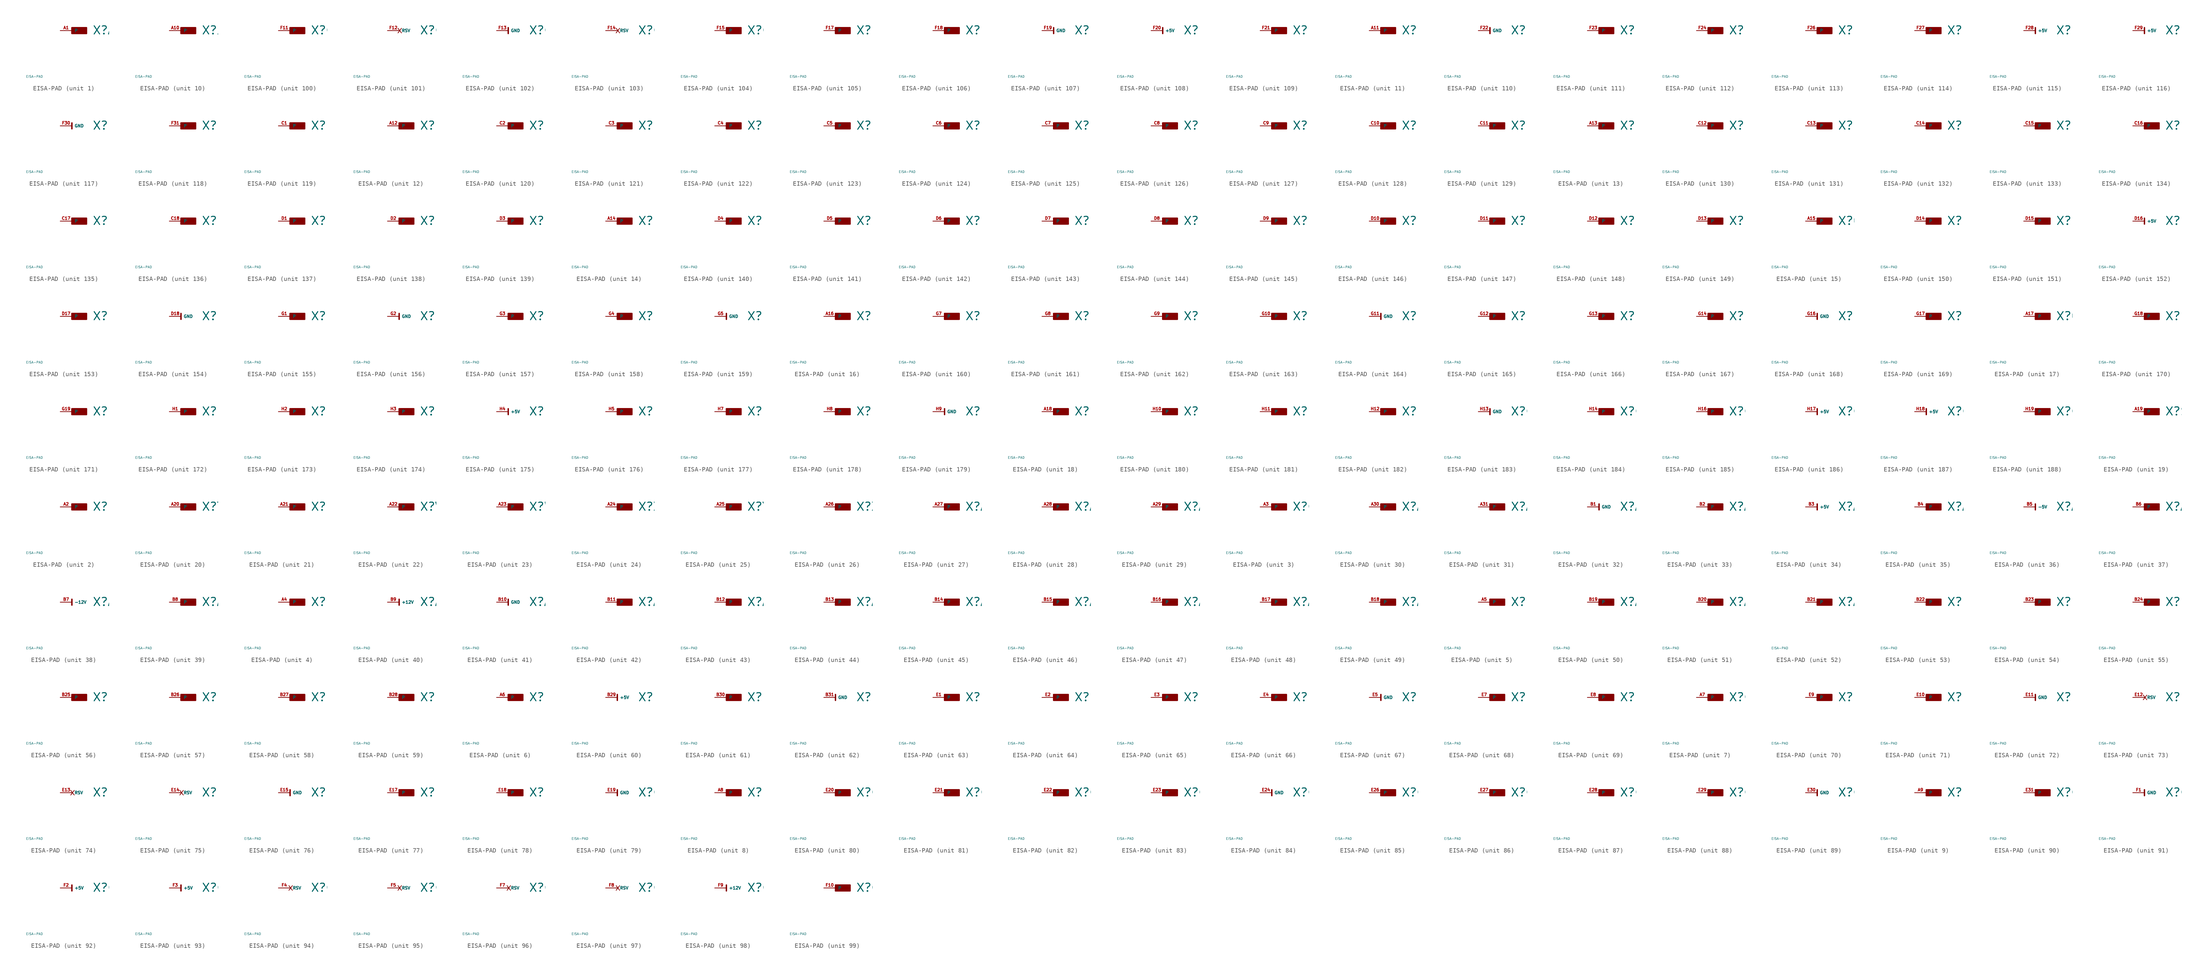
<source format=kicad_sym>
(kicad_symbol_lib
  (version 20220914)
  (generator Eagle2Kicad)
  (symbol "EISA-PAD"
    (property "Reference" "X"
      (at 4.445 -0.965 0)
      (effects (font (size 1.778 1.778) (thickness 0.22)) (justify left bottom)))
    (property "Value" "EISA-PAD"
      (at -10 -10 0)
      (effects (font (size 0.5 0.5) (thickness 0.06)) (justify left)))
    (symbol "EISA-PAD_1_0"
      (rectangle (start 0 -0.635) (end 3.175 0.635) (stroke (width 0.3) (type default)) (fill (type outline)))
      (pin passive line (at -2.54 0 0) (length 2.54) (name "P" (effects (font (size 0.635 0.635) (thickness 0.08)) (justify left bottom))) (number "A1" (effects (font (size 0.635 0.635) (thickness 0.08)) (justify left bottom)))))
    (symbol "EISA-PAD_2_0"
      (rectangle (start 0 -0.635) (end 3.175 0.635) (stroke (width 0.3) (type default)) (fill (type outline)))
      (pin passive line (at -2.54 0 0) (length 2.54) (name "P" (effects (font (size 0.635 0.635) (thickness 0.08)) (justify left bottom))) (number "A2" (effects (font (size 0.635 0.635) (thickness 0.08)) (justify left bottom)))))
    (symbol "EISA-PAD_3_0"
      (rectangle (start 0 -0.635) (end 3.175 0.635) (stroke (width 0.3) (type default)) (fill (type outline)))
      (pin passive line (at -2.54 0 0) (length 2.54) (name "P" (effects (font (size 0.635 0.635) (thickness 0.08)) (justify left bottom))) (number "A3" (effects (font (size 0.635 0.635) (thickness 0.08)) (justify left bottom)))))
    (symbol "EISA-PAD_4_0"
      (rectangle (start 0 -0.635) (end 3.175 0.635) (stroke (width 0.3) (type default)) (fill (type outline)))
      (pin passive line (at -2.54 0 0) (length 2.54) (name "P" (effects (font (size 0.635 0.635) (thickness 0.08)) (justify left bottom))) (number "A4" (effects (font (size 0.635 0.635) (thickness 0.08)) (justify left bottom)))))
    (symbol "EISA-PAD_5_0"
      (rectangle (start 0 -0.635) (end 3.175 0.635) (stroke (width 0.3) (type default)) (fill (type outline)))
      (pin passive line (at -2.54 0 0) (length 2.54) (name "P" (effects (font (size 0.635 0.635) (thickness 0.08)) (justify left bottom))) (number "A5" (effects (font (size 0.635 0.635) (thickness 0.08)) (justify left bottom)))))
    (symbol "EISA-PAD_6_0"
      (rectangle (start 0 -0.635) (end 3.175 0.635) (stroke (width 0.3) (type default)) (fill (type outline)))
      (pin passive line (at -2.54 0 0) (length 2.54) (name "P" (effects (font (size 0.635 0.635) (thickness 0.08)) (justify left bottom))) (number "A6" (effects (font (size 0.635 0.635) (thickness 0.08)) (justify left bottom)))))
    (symbol "EISA-PAD_7_0"
      (rectangle (start 0 -0.635) (end 3.175 0.635) (stroke (width 0.3) (type default)) (fill (type outline)))
      (pin passive line (at -2.54 0 0) (length 2.54) (name "P" (effects (font (size 0.635 0.635) (thickness 0.08)) (justify left bottom))) (number "A7" (effects (font (size 0.635 0.635) (thickness 0.08)) (justify left bottom)))))
    (symbol "EISA-PAD_8_0"
      (rectangle (start 0 -0.635) (end 3.175 0.635) (stroke (width 0.3) (type default)) (fill (type outline)))
      (pin passive line (at -2.54 0 0) (length 2.54) (name "P" (effects (font (size 0.635 0.635) (thickness 0.08)) (justify left bottom))) (number "A8" (effects (font (size 0.635 0.635) (thickness 0.08)) (justify left bottom)))))
    (symbol "EISA-PAD_9_0"
      (rectangle (start 0 -0.635) (end 3.175 0.635) (stroke (width 0.3) (type default)) (fill (type outline)))
      (pin passive line (at -2.54 0 0) (length 2.54) (name "P" (effects (font (size 0.635 0.635) (thickness 0.08)) (justify left bottom))) (number "A9" (effects (font (size 0.635 0.635) (thickness 0.08)) (justify left bottom)))))
    (symbol "EISA-PAD_10_0"
      (rectangle (start 0 -0.635) (end 3.175 0.635) (stroke (width 0.3) (type default)) (fill (type outline)))
      (pin passive line (at -2.54 0 0) (length 2.54) (name "P" (effects (font (size 0.635 0.635) (thickness 0.08)) (justify left bottom))) (number "A10" (effects (font (size 0.635 0.635) (thickness 0.08)) (justify left bottom)))))
    (symbol "EISA-PAD_11_0"
      (rectangle (start 0 -0.635) (end 3.175 0.635) (stroke (width 0.3) (type default)) (fill (type outline)))
      (pin passive line (at -2.54 0 0) (length 2.54) (name "P" (effects (font (size 0.635 0.635) (thickness 0.08)) (justify left bottom))) (number "A11" (effects (font (size 0.635 0.635) (thickness 0.08)) (justify left bottom)))))
    (symbol "EISA-PAD_12_0"
      (rectangle (start 0 -0.635) (end 3.175 0.635) (stroke (width 0.3) (type default)) (fill (type outline)))
      (pin passive line (at -2.54 0 0) (length 2.54) (name "P" (effects (font (size 0.635 0.635) (thickness 0.08)) (justify left bottom))) (number "A12" (effects (font (size 0.635 0.635) (thickness 0.08)) (justify left bottom)))))
    (symbol "EISA-PAD_13_0"
      (rectangle (start 0 -0.635) (end 3.175 0.635) (stroke (width 0.3) (type default)) (fill (type outline)))
      (pin passive line (at -2.54 0 0) (length 2.54) (name "P" (effects (font (size 0.635 0.635) (thickness 0.08)) (justify left bottom))) (number "A13" (effects (font (size 0.635 0.635) (thickness 0.08)) (justify left bottom)))))
    (symbol "EISA-PAD_14_0"
      (rectangle (start 0 -0.635) (end 3.175 0.635) (stroke (width 0.3) (type default)) (fill (type outline)))
      (pin passive line (at -2.54 0 0) (length 2.54) (name "P" (effects (font (size 0.635 0.635) (thickness 0.08)) (justify left bottom))) (number "A14" (effects (font (size 0.635 0.635) (thickness 0.08)) (justify left bottom)))))
    (symbol "EISA-PAD_15_0"
      (rectangle (start 0 -0.635) (end 3.175 0.635) (stroke (width 0.3) (type default)) (fill (type outline)))
      (pin passive line (at -2.54 0 0) (length 2.54) (name "P" (effects (font (size 0.635 0.635) (thickness 0.08)) (justify left bottom))) (number "A15" (effects (font (size 0.635 0.635) (thickness 0.08)) (justify left bottom)))))
    (symbol "EISA-PAD_16_0"
      (rectangle (start 0 -0.635) (end 3.175 0.635) (stroke (width 0.3) (type default)) (fill (type outline)))
      (pin passive line (at -2.54 0 0) (length 2.54) (name "P" (effects (font (size 0.635 0.635) (thickness 0.08)) (justify left bottom))) (number "A16" (effects (font (size 0.635 0.635) (thickness 0.08)) (justify left bottom)))))
    (symbol "EISA-PAD_17_0"
      (rectangle (start 0 -0.635) (end 3.175 0.635) (stroke (width 0.3) (type default)) (fill (type outline)))
      (pin passive line (at -2.54 0 0) (length 2.54) (name "P" (effects (font (size 0.635 0.635) (thickness 0.08)) (justify left bottom))) (number "A17" (effects (font (size 0.635 0.635) (thickness 0.08)) (justify left bottom)))))
    (symbol "EISA-PAD_18_0"
      (rectangle (start 0 -0.635) (end 3.175 0.635) (stroke (width 0.3) (type default)) (fill (type outline)))
      (pin passive line (at -2.54 0 0) (length 2.54) (name "P" (effects (font (size 0.635 0.635) (thickness 0.08)) (justify left bottom))) (number "A18" (effects (font (size 0.635 0.635) (thickness 0.08)) (justify left bottom)))))
    (symbol "EISA-PAD_19_0"
      (rectangle (start 0 -0.635) (end 3.175 0.635) (stroke (width 0.3) (type default)) (fill (type outline)))
      (pin passive line (at -2.54 0 0) (length 2.54) (name "P" (effects (font (size 0.635 0.635) (thickness 0.08)) (justify left bottom))) (number "A19" (effects (font (size 0.635 0.635) (thickness 0.08)) (justify left bottom)))))
    (symbol "EISA-PAD_20_0"
      (rectangle (start 0 -0.635) (end 3.175 0.635) (stroke (width 0.3) (type default)) (fill (type outline)))
      (pin passive line (at -2.54 0 0) (length 2.54) (name "P" (effects (font (size 0.635 0.635) (thickness 0.08)) (justify left bottom))) (number "A20" (effects (font (size 0.635 0.635) (thickness 0.08)) (justify left bottom)))))
    (symbol "EISA-PAD_21_0"
      (rectangle (start 0 -0.635) (end 3.175 0.635) (stroke (width 0.3) (type default)) (fill (type outline)))
      (pin passive line (at -2.54 0 0) (length 2.54) (name "P" (effects (font (size 0.635 0.635) (thickness 0.08)) (justify left bottom))) (number "A21" (effects (font (size 0.635 0.635) (thickness 0.08)) (justify left bottom)))))
    (symbol "EISA-PAD_22_0"
      (rectangle (start 0 -0.635) (end 3.175 0.635) (stroke (width 0.3) (type default)) (fill (type outline)))
      (pin passive line (at -2.54 0 0) (length 2.54) (name "P" (effects (font (size 0.635 0.635) (thickness 0.08)) (justify left bottom))) (number "A22" (effects (font (size 0.635 0.635) (thickness 0.08)) (justify left bottom)))))
    (symbol "EISA-PAD_23_0"
      (rectangle (start 0 -0.635) (end 3.175 0.635) (stroke (width 0.3) (type default)) (fill (type outline)))
      (pin passive line (at -2.54 0 0) (length 2.54) (name "P" (effects (font (size 0.635 0.635) (thickness 0.08)) (justify left bottom))) (number "A23" (effects (font (size 0.635 0.635) (thickness 0.08)) (justify left bottom)))))
    (symbol "EISA-PAD_24_0"
      (rectangle (start 0 -0.635) (end 3.175 0.635) (stroke (width 0.3) (type default)) (fill (type outline)))
      (pin passive line (at -2.54 0 0) (length 2.54) (name "P" (effects (font (size 0.635 0.635) (thickness 0.08)) (justify left bottom))) (number "A24" (effects (font (size 0.635 0.635) (thickness 0.08)) (justify left bottom)))))
    (symbol "EISA-PAD_25_0"
      (rectangle (start 0 -0.635) (end 3.175 0.635) (stroke (width 0.3) (type default)) (fill (type outline)))
      (pin passive line (at -2.54 0 0) (length 2.54) (name "P" (effects (font (size 0.635 0.635) (thickness 0.08)) (justify left bottom))) (number "A25" (effects (font (size 0.635 0.635) (thickness 0.08)) (justify left bottom)))))
    (symbol "EISA-PAD_26_0"
      (rectangle (start 0 -0.635) (end 3.175 0.635) (stroke (width 0.3) (type default)) (fill (type outline)))
      (pin passive line (at -2.54 0 0) (length 2.54) (name "P" (effects (font (size 0.635 0.635) (thickness 0.08)) (justify left bottom))) (number "A26" (effects (font (size 0.635 0.635) (thickness 0.08)) (justify left bottom)))))
    (symbol "EISA-PAD_27_0"
      (rectangle (start 0 -0.635) (end 3.175 0.635) (stroke (width 0.3) (type default)) (fill (type outline)))
      (pin passive line (at -2.54 0 0) (length 2.54) (name "P" (effects (font (size 0.635 0.635) (thickness 0.08)) (justify left bottom))) (number "A27" (effects (font (size 0.635 0.635) (thickness 0.08)) (justify left bottom)))))
    (symbol "EISA-PAD_28_0"
      (rectangle (start 0 -0.635) (end 3.175 0.635) (stroke (width 0.3) (type default)) (fill (type outline)))
      (pin passive line (at -2.54 0 0) (length 2.54) (name "P" (effects (font (size 0.635 0.635) (thickness 0.08)) (justify left bottom))) (number "A28" (effects (font (size 0.635 0.635) (thickness 0.08)) (justify left bottom)))))
    (symbol "EISA-PAD_29_0"
      (rectangle (start 0 -0.635) (end 3.175 0.635) (stroke (width 0.3) (type default)) (fill (type outline)))
      (pin passive line (at -2.54 0 0) (length 2.54) (name "P" (effects (font (size 0.635 0.635) (thickness 0.08)) (justify left bottom))) (number "A29" (effects (font (size 0.635 0.635) (thickness 0.08)) (justify left bottom)))))
    (symbol "EISA-PAD_30_0"
      (rectangle (start 0 -0.635) (end 3.175 0.635) (stroke (width 0.3) (type default)) (fill (type outline)))
      (pin passive line (at -2.54 0 0) (length 2.54) (name "P" (effects (font (size 0.635 0.635) (thickness 0.08)) (justify left bottom))) (number "A30" (effects (font (size 0.635 0.635) (thickness 0.08)) (justify left bottom)))))
    (symbol "EISA-PAD_31_0"
      (rectangle (start 0 -0.635) (end 3.175 0.635) (stroke (width 0.3) (type default)) (fill (type outline)))
      (pin passive line (at -2.54 0 0) (length 2.54) (name "P" (effects (font (size 0.635 0.635) (thickness 0.08)) (justify left bottom))) (number "A31" (effects (font (size 0.635 0.635) (thickness 0.08)) (justify left bottom)))))
    (symbol "EISA-PAD_32_0"
      (polyline (pts (xy 0 -0.635) (xy 0 0.635)) (stroke (width 0.305) (type default)) (fill (type none)))
      (pin unspecified line (at -2.54 0 0) (length 2.54) (name "GND" (effects (font (size 0.635 0.635) (thickness 0.08)) (justify left bottom))) (number "B1" (effects (font (size 0.635 0.635) (thickness 0.08)) (justify left bottom)))))
    (symbol "EISA-PAD_33_0"
      (rectangle (start 0 -0.635) (end 3.175 0.635) (stroke (width 0.3) (type default)) (fill (type outline)))
      (pin passive line (at -2.54 0 0) (length 2.54) (name "P" (effects (font (size 0.635 0.635) (thickness 0.08)) (justify left bottom))) (number "B2" (effects (font (size 0.635 0.635) (thickness 0.08)) (justify left bottom)))))
    (symbol "EISA-PAD_34_0"
      (polyline (pts (xy 0 -0.635) (xy 0 0.635)) (stroke (width 0.305) (type default)) (fill (type none)))
      (pin unspecified line (at -2.54 0 0) (length 2.54) (name "+5V" (effects (font (size 0.635 0.635) (thickness 0.08)) (justify left bottom))) (number "B3" (effects (font (size 0.635 0.635) (thickness 0.08)) (justify left bottom)))))
    (symbol "EISA-PAD_35_0"
      (rectangle (start 0 -0.635) (end 3.175 0.635) (stroke (width 0.3) (type default)) (fill (type outline)))
      (pin passive line (at -2.54 0 0) (length 2.54) (name "P" (effects (font (size 0.635 0.635) (thickness 0.08)) (justify left bottom))) (number "B4" (effects (font (size 0.635 0.635) (thickness 0.08)) (justify left bottom)))))
    (symbol "EISA-PAD_36_0"
      (polyline (pts (xy 0 -0.635) (xy 0 0.635)) (stroke (width 0.305) (type default)) (fill (type none)))
      (pin unspecified line (at -2.54 0 0) (length 2.54) (name "-5V" (effects (font (size 0.635 0.635) (thickness 0.08)) (justify left bottom))) (number "B5" (effects (font (size 0.635 0.635) (thickness 0.08)) (justify left bottom)))))
    (symbol "EISA-PAD_37_0"
      (rectangle (start 0 -0.635) (end 3.175 0.635) (stroke (width 0.3) (type default)) (fill (type outline)))
      (pin passive line (at -2.54 0 0) (length 2.54) (name "P" (effects (font (size 0.635 0.635) (thickness 0.08)) (justify left bottom))) (number "B6" (effects (font (size 0.635 0.635) (thickness 0.08)) (justify left bottom)))))
    (symbol "EISA-PAD_38_0"
      (polyline (pts (xy 0 -0.635) (xy 0 0.635)) (stroke (width 0.305) (type default)) (fill (type none)))
      (pin unspecified line (at -2.54 0 0) (length 2.54) (name "-12V" (effects (font (size 0.635 0.635) (thickness 0.08)) (justify left bottom))) (number "B7" (effects (font (size 0.635 0.635) (thickness 0.08)) (justify left bottom)))))
    (symbol "EISA-PAD_39_0"
      (rectangle (start 0 -0.635) (end 3.175 0.635) (stroke (width 0.3) (type default)) (fill (type outline)))
      (pin passive line (at -2.54 0 0) (length 2.54) (name "P" (effects (font (size 0.635 0.635) (thickness 0.08)) (justify left bottom))) (number "B8" (effects (font (size 0.635 0.635) (thickness 0.08)) (justify left bottom)))))
    (symbol "EISA-PAD_40_0"
      (polyline (pts (xy 0 -0.635) (xy 0 0.635)) (stroke (width 0.305) (type default)) (fill (type none)))
      (pin unspecified line (at -2.54 0 0) (length 2.54) (name "+12V" (effects (font (size 0.635 0.635) (thickness 0.08)) (justify left bottom))) (number "B9" (effects (font (size 0.635 0.635) (thickness 0.08)) (justify left bottom)))))
    (symbol "EISA-PAD_41_0"
      (polyline (pts (xy 0 -0.635) (xy 0 0.635)) (stroke (width 0.305) (type default)) (fill (type none)))
      (pin unspecified line (at -2.54 0 0) (length 2.54) (name "GND" (effects (font (size 0.635 0.635) (thickness 0.08)) (justify left bottom))) (number "B10" (effects (font (size 0.635 0.635) (thickness 0.08)) (justify left bottom)))))
    (symbol "EISA-PAD_42_0"
      (rectangle (start 0 -0.635) (end 3.175 0.635) (stroke (width 0.3) (type default)) (fill (type outline)))
      (pin passive line (at -2.54 0 0) (length 2.54) (name "P" (effects (font (size 0.635 0.635) (thickness 0.08)) (justify left bottom))) (number "B11" (effects (font (size 0.635 0.635) (thickness 0.08)) (justify left bottom)))))
    (symbol "EISA-PAD_43_0"
      (rectangle (start 0 -0.635) (end 3.175 0.635) (stroke (width 0.3) (type default)) (fill (type outline)))
      (pin passive line (at -2.54 0 0) (length 2.54) (name "P" (effects (font (size 0.635 0.635) (thickness 0.08)) (justify left bottom))) (number "B12" (effects (font (size 0.635 0.635) (thickness 0.08)) (justify left bottom)))))
    (symbol "EISA-PAD_44_0"
      (rectangle (start 0 -0.635) (end 3.175 0.635) (stroke (width 0.3) (type default)) (fill (type outline)))
      (pin passive line (at -2.54 0 0) (length 2.54) (name "P" (effects (font (size 0.635 0.635) (thickness 0.08)) (justify left bottom))) (number "B13" (effects (font (size 0.635 0.635) (thickness 0.08)) (justify left bottom)))))
    (symbol "EISA-PAD_45_0"
      (rectangle (start 0 -0.635) (end 3.175 0.635) (stroke (width 0.3) (type default)) (fill (type outline)))
      (pin passive line (at -2.54 0 0) (length 2.54) (name "P" (effects (font (size 0.635 0.635) (thickness 0.08)) (justify left bottom))) (number "B14" (effects (font (size 0.635 0.635) (thickness 0.08)) (justify left bottom)))))
    (symbol "EISA-PAD_46_0"
      (rectangle (start 0 -0.635) (end 3.175 0.635) (stroke (width 0.3) (type default)) (fill (type outline)))
      (pin passive line (at -2.54 0 0) (length 2.54) (name "P" (effects (font (size 0.635 0.635) (thickness 0.08)) (justify left bottom))) (number "B15" (effects (font (size 0.635 0.635) (thickness 0.08)) (justify left bottom)))))
    (symbol "EISA-PAD_47_0"
      (rectangle (start 0 -0.635) (end 3.175 0.635) (stroke (width 0.3) (type default)) (fill (type outline)))
      (pin passive line (at -2.54 0 0) (length 2.54) (name "P" (effects (font (size 0.635 0.635) (thickness 0.08)) (justify left bottom))) (number "B16" (effects (font (size 0.635 0.635) (thickness 0.08)) (justify left bottom)))))
    (symbol "EISA-PAD_48_0"
      (rectangle (start 0 -0.635) (end 3.175 0.635) (stroke (width 0.3) (type default)) (fill (type outline)))
      (pin passive line (at -2.54 0 0) (length 2.54) (name "P" (effects (font (size 0.635 0.635) (thickness 0.08)) (justify left bottom))) (number "B17" (effects (font (size 0.635 0.635) (thickness 0.08)) (justify left bottom)))))
    (symbol "EISA-PAD_49_0"
      (rectangle (start 0 -0.635) (end 3.175 0.635) (stroke (width 0.3) (type default)) (fill (type outline)))
      (pin passive line (at -2.54 0 0) (length 2.54) (name "P" (effects (font (size 0.635 0.635) (thickness 0.08)) (justify left bottom))) (number "B18" (effects (font (size 0.635 0.635) (thickness 0.08)) (justify left bottom)))))
    (symbol "EISA-PAD_50_0"
      (rectangle (start 0 -0.635) (end 3.175 0.635) (stroke (width 0.3) (type default)) (fill (type outline)))
      (pin passive line (at -2.54 0 0) (length 2.54) (name "P" (effects (font (size 0.635 0.635) (thickness 0.08)) (justify left bottom))) (number "B19" (effects (font (size 0.635 0.635) (thickness 0.08)) (justify left bottom)))))
    (symbol "EISA-PAD_51_0"
      (rectangle (start 0 -0.635) (end 3.175 0.635) (stroke (width 0.3) (type default)) (fill (type outline)))
      (pin passive line (at -2.54 0 0) (length 2.54) (name "P" (effects (font (size 0.635 0.635) (thickness 0.08)) (justify left bottom))) (number "B20" (effects (font (size 0.635 0.635) (thickness 0.08)) (justify left bottom)))))
    (symbol "EISA-PAD_52_0"
      (rectangle (start 0 -0.635) (end 3.175 0.635) (stroke (width 0.3) (type default)) (fill (type outline)))
      (pin passive line (at -2.54 0 0) (length 2.54) (name "P" (effects (font (size 0.635 0.635) (thickness 0.08)) (justify left bottom))) (number "B21" (effects (font (size 0.635 0.635) (thickness 0.08)) (justify left bottom)))))
    (symbol "EISA-PAD_53_0"
      (rectangle (start 0 -0.635) (end 3.175 0.635) (stroke (width 0.3) (type default)) (fill (type outline)))
      (pin passive line (at -2.54 0 0) (length 2.54) (name "P" (effects (font (size 0.635 0.635) (thickness 0.08)) (justify left bottom))) (number "B22" (effects (font (size 0.635 0.635) (thickness 0.08)) (justify left bottom)))))
    (symbol "EISA-PAD_54_0"
      (rectangle (start 0 -0.635) (end 3.175 0.635) (stroke (width 0.3) (type default)) (fill (type outline)))
      (pin passive line (at -2.54 0 0) (length 2.54) (name "P" (effects (font (size 0.635 0.635) (thickness 0.08)) (justify left bottom))) (number "B23" (effects (font (size 0.635 0.635) (thickness 0.08)) (justify left bottom)))))
    (symbol "EISA-PAD_55_0"
      (rectangle (start 0 -0.635) (end 3.175 0.635) (stroke (width 0.3) (type default)) (fill (type outline)))
      (pin passive line (at -2.54 0 0) (length 2.54) (name "P" (effects (font (size 0.635 0.635) (thickness 0.08)) (justify left bottom))) (number "B24" (effects (font (size 0.635 0.635) (thickness 0.08)) (justify left bottom)))))
    (symbol "EISA-PAD_56_0"
      (rectangle (start 0 -0.635) (end 3.175 0.635) (stroke (width 0.3) (type default)) (fill (type outline)))
      (pin passive line (at -2.54 0 0) (length 2.54) (name "P" (effects (font (size 0.635 0.635) (thickness 0.08)) (justify left bottom))) (number "B25" (effects (font (size 0.635 0.635) (thickness 0.08)) (justify left bottom)))))
    (symbol "EISA-PAD_57_0"
      (rectangle (start 0 -0.635) (end 3.175 0.635) (stroke (width 0.3) (type default)) (fill (type outline)))
      (pin passive line (at -2.54 0 0) (length 2.54) (name "P" (effects (font (size 0.635 0.635) (thickness 0.08)) (justify left bottom))) (number "B26" (effects (font (size 0.635 0.635) (thickness 0.08)) (justify left bottom)))))
    (symbol "EISA-PAD_58_0"
      (rectangle (start 0 -0.635) (end 3.175 0.635) (stroke (width 0.3) (type default)) (fill (type outline)))
      (pin passive line (at -2.54 0 0) (length 2.54) (name "P" (effects (font (size 0.635 0.635) (thickness 0.08)) (justify left bottom))) (number "B27" (effects (font (size 0.635 0.635) (thickness 0.08)) (justify left bottom)))))
    (symbol "EISA-PAD_59_0"
      (rectangle (start 0 -0.635) (end 3.175 0.635) (stroke (width 0.3) (type default)) (fill (type outline)))
      (pin passive line (at -2.54 0 0) (length 2.54) (name "P" (effects (font (size 0.635 0.635) (thickness 0.08)) (justify left bottom))) (number "B28" (effects (font (size 0.635 0.635) (thickness 0.08)) (justify left bottom)))))
    (symbol "EISA-PAD_60_0"
      (polyline (pts (xy 0 -0.635) (xy 0 0.635)) (stroke (width 0.305) (type default)) (fill (type none)))
      (pin unspecified line (at -2.54 0 0) (length 2.54) (name "+5V" (effects (font (size 0.635 0.635) (thickness 0.08)) (justify left bottom))) (number "B29" (effects (font (size 0.635 0.635) (thickness 0.08)) (justify left bottom)))))
    (symbol "EISA-PAD_61_0"
      (rectangle (start 0 -0.635) (end 3.175 0.635) (stroke (width 0.3) (type default)) (fill (type outline)))
      (pin passive line (at -2.54 0 0) (length 2.54) (name "P" (effects (font (size 0.635 0.635) (thickness 0.08)) (justify left bottom))) (number "B30" (effects (font (size 0.635 0.635) (thickness 0.08)) (justify left bottom)))))
    (symbol "EISA-PAD_62_0"
      (polyline (pts (xy 0 -0.635) (xy 0 0.635)) (stroke (width 0.305) (type default)) (fill (type none)))
      (pin unspecified line (at -2.54 0 0) (length 2.54) (name "GND" (effects (font (size 0.635 0.635) (thickness 0.08)) (justify left bottom))) (number "B31" (effects (font (size 0.635 0.635) (thickness 0.08)) (justify left bottom)))))
    (symbol "EISA-PAD_63_0"
      (rectangle (start 0 -0.635) (end 3.175 0.635) (stroke (width 0.3) (type default)) (fill (type outline)))
      (pin passive line (at -2.54 0 0) (length 2.54) (name "P" (effects (font (size 0.635 0.635) (thickness 0.08)) (justify left bottom))) (number "E1" (effects (font (size 0.635 0.635) (thickness 0.08)) (justify left bottom)))))
    (symbol "EISA-PAD_64_0"
      (rectangle (start 0 -0.635) (end 3.175 0.635) (stroke (width 0.3) (type default)) (fill (type outline)))
      (pin passive line (at -2.54 0 0) (length 2.54) (name "P" (effects (font (size 0.635 0.635) (thickness 0.08)) (justify left bottom))) (number "E2" (effects (font (size 0.635 0.635) (thickness 0.08)) (justify left bottom)))))
    (symbol "EISA-PAD_65_0"
      (rectangle (start 0 -0.635) (end 3.175 0.635) (stroke (width 0.3) (type default)) (fill (type outline)))
      (pin passive line (at -2.54 0 0) (length 2.54) (name "P" (effects (font (size 0.635 0.635) (thickness 0.08)) (justify left bottom))) (number "E3" (effects (font (size 0.635 0.635) (thickness 0.08)) (justify left bottom)))))
    (symbol "EISA-PAD_66_0"
      (rectangle (start 0 -0.635) (end 3.175 0.635) (stroke (width 0.3) (type default)) (fill (type outline)))
      (pin passive line (at -2.54 0 0) (length 2.54) (name "P" (effects (font (size 0.635 0.635) (thickness 0.08)) (justify left bottom))) (number "E4" (effects (font (size 0.635 0.635) (thickness 0.08)) (justify left bottom)))))
    (symbol "EISA-PAD_67_0"
      (polyline (pts (xy 0 -0.635) (xy 0 0.635)) (stroke (width 0.305) (type default)) (fill (type none)))
      (pin unspecified line (at -2.54 0 0) (length 2.54) (name "GND" (effects (font (size 0.635 0.635) (thickness 0.08)) (justify left bottom))) (number "E5" (effects (font (size 0.635 0.635) (thickness 0.08)) (justify left bottom)))))
    (symbol "EISA-PAD_68_0"
      (rectangle (start 0 -0.635) (end 3.175 0.635) (stroke (width 0.3) (type default)) (fill (type outline)))
      (pin passive line (at -2.54 0 0) (length 2.54) (name "P" (effects (font (size 0.635 0.635) (thickness 0.08)) (justify left bottom))) (number "E7" (effects (font (size 0.635 0.635) (thickness 0.08)) (justify left bottom)))))
    (symbol "EISA-PAD_69_0"
      (rectangle (start 0 -0.635) (end 3.175 0.635) (stroke (width 0.3) (type default)) (fill (type outline)))
      (pin passive line (at -2.54 0 0) (length 2.54) (name "P" (effects (font (size 0.635 0.635) (thickness 0.08)) (justify left bottom))) (number "E8" (effects (font (size 0.635 0.635) (thickness 0.08)) (justify left bottom)))))
    (symbol "EISA-PAD_70_0"
      (rectangle (start 0 -0.635) (end 3.175 0.635) (stroke (width 0.3) (type default)) (fill (type outline)))
      (pin passive line (at -2.54 0 0) (length 2.54) (name "P" (effects (font (size 0.635 0.635) (thickness 0.08)) (justify left bottom))) (number "E9" (effects (font (size 0.635 0.635) (thickness 0.08)) (justify left bottom)))))
    (symbol "EISA-PAD_71_0"
      (rectangle (start 0 -0.635) (end 3.175 0.635) (stroke (width 0.3) (type default)) (fill (type outline)))
      (pin passive line (at -2.54 0 0) (length 2.54) (name "P" (effects (font (size 0.635 0.635) (thickness 0.08)) (justify left bottom))) (number "E10" (effects (font (size 0.635 0.635) (thickness 0.08)) (justify left bottom)))))
    (symbol "EISA-PAD_72_0"
      (polyline (pts (xy 0 -0.635) (xy 0 0.635)) (stroke (width 0.305) (type default)) (fill (type none)))
      (pin unspecified line (at -2.54 0 0) (length 2.54) (name "GND" (effects (font (size 0.635 0.635) (thickness 0.08)) (justify left bottom))) (number "E11" (effects (font (size 0.635 0.635) (thickness 0.08)) (justify left bottom)))))
    (symbol "EISA-PAD_73_0"
      (polyline (pts (xy -0.254 0.508) (xy 0.508 -0.508)) (stroke (width 0.152) (type default)) (fill (type none)))
      (polyline (pts (xy 0.508 0.508) (xy -0.254 -0.508)) (stroke (width 0.152) (type default)) (fill (type none)))
      (pin passive line (at -2.54 0 0) (length 2.54) (name "RSV" (effects (font (size 0.635 0.635) (thickness 0.08)) (justify left bottom))) (number "E12" (effects (font (size 0.635 0.635) (thickness 0.08)) (justify left bottom)))))
    (symbol "EISA-PAD_74_0"
      (polyline (pts (xy -0.254 0.508) (xy 0.508 -0.508)) (stroke (width 0.152) (type default)) (fill (type none)))
      (polyline (pts (xy 0.508 0.508) (xy -0.254 -0.508)) (stroke (width 0.152) (type default)) (fill (type none)))
      (pin passive line (at -2.54 0 0) (length 2.54) (name "RSV" (effects (font (size 0.635 0.635) (thickness 0.08)) (justify left bottom))) (number "E13" (effects (font (size 0.635 0.635) (thickness 0.08)) (justify left bottom)))))
    (symbol "EISA-PAD_75_0"
      (polyline (pts (xy -0.254 0.508) (xy 0.508 -0.508)) (stroke (width 0.152) (type default)) (fill (type none)))
      (polyline (pts (xy 0.508 0.508) (xy -0.254 -0.508)) (stroke (width 0.152) (type default)) (fill (type none)))
      (pin passive line (at -2.54 0 0) (length 2.54) (name "RSV" (effects (font (size 0.635 0.635) (thickness 0.08)) (justify left bottom))) (number "E14" (effects (font (size 0.635 0.635) (thickness 0.08)) (justify left bottom)))))
    (symbol "EISA-PAD_76_0"
      (polyline (pts (xy 0 -0.635) (xy 0 0.635)) (stroke (width 0.305) (type default)) (fill (type none)))
      (pin unspecified line (at -2.54 0 0) (length 2.54) (name "GND" (effects (font (size 0.635 0.635) (thickness 0.08)) (justify left bottom))) (number "E15" (effects (font (size 0.635 0.635) (thickness 0.08)) (justify left bottom)))))
    (symbol "EISA-PAD_77_0"
      (rectangle (start 0 -0.635) (end 3.175 0.635) (stroke (width 0.3) (type default)) (fill (type outline)))
      (pin passive line (at -2.54 0 0) (length 2.54) (name "P" (effects (font (size 0.635 0.635) (thickness 0.08)) (justify left bottom))) (number "E17" (effects (font (size 0.635 0.635) (thickness 0.08)) (justify left bottom)))))
    (symbol "EISA-PAD_78_0"
      (rectangle (start 0 -0.635) (end 3.175 0.635) (stroke (width 0.3) (type default)) (fill (type outline)))
      (pin passive line (at -2.54 0 0) (length 2.54) (name "P" (effects (font (size 0.635 0.635) (thickness 0.08)) (justify left bottom))) (number "E18" (effects (font (size 0.635 0.635) (thickness 0.08)) (justify left bottom)))))
    (symbol "EISA-PAD_79_0"
      (polyline (pts (xy 0 -0.635) (xy 0 0.635)) (stroke (width 0.305) (type default)) (fill (type none)))
      (pin unspecified line (at -2.54 0 0) (length 2.54) (name "GND" (effects (font (size 0.635 0.635) (thickness 0.08)) (justify left bottom))) (number "E19" (effects (font (size 0.635 0.635) (thickness 0.08)) (justify left bottom)))))
    (symbol "EISA-PAD_80_0"
      (rectangle (start 0 -0.635) (end 3.175 0.635) (stroke (width 0.3) (type default)) (fill (type outline)))
      (pin passive line (at -2.54 0 0) (length 2.54) (name "P" (effects (font (size 0.635 0.635) (thickness 0.08)) (justify left bottom))) (number "E20" (effects (font (size 0.635 0.635) (thickness 0.08)) (justify left bottom)))))
    (symbol "EISA-PAD_81_0"
      (rectangle (start 0 -0.635) (end 3.175 0.635) (stroke (width 0.3) (type default)) (fill (type outline)))
      (pin passive line (at -2.54 0 0) (length 2.54) (name "P" (effects (font (size 0.635 0.635) (thickness 0.08)) (justify left bottom))) (number "E21" (effects (font (size 0.635 0.635) (thickness 0.08)) (justify left bottom)))))
    (symbol "EISA-PAD_82_0"
      (rectangle (start 0 -0.635) (end 3.175 0.635) (stroke (width 0.3) (type default)) (fill (type outline)))
      (pin passive line (at -2.54 0 0) (length 2.54) (name "P" (effects (font (size 0.635 0.635) (thickness 0.08)) (justify left bottom))) (number "E22" (effects (font (size 0.635 0.635) (thickness 0.08)) (justify left bottom)))))
    (symbol "EISA-PAD_83_0"
      (rectangle (start 0 -0.635) (end 3.175 0.635) (stroke (width 0.3) (type default)) (fill (type outline)))
      (pin passive line (at -2.54 0 0) (length 2.54) (name "P" (effects (font (size 0.635 0.635) (thickness 0.08)) (justify left bottom))) (number "E23" (effects (font (size 0.635 0.635) (thickness 0.08)) (justify left bottom)))))
    (symbol "EISA-PAD_84_0"
      (polyline (pts (xy 0 -0.635) (xy 0 0.635)) (stroke (width 0.305) (type default)) (fill (type none)))
      (pin unspecified line (at -2.54 0 0) (length 2.54) (name "GND" (effects (font (size 0.635 0.635) (thickness 0.08)) (justify left bottom))) (number "E24" (effects (font (size 0.635 0.635) (thickness 0.08)) (justify left bottom)))))
    (symbol "EISA-PAD_85_0"
      (rectangle (start 0 -0.635) (end 3.175 0.635) (stroke (width 0.3) (type default)) (fill (type outline)))
      (pin passive line (at -2.54 0 0) (length 2.54) (name "P" (effects (font (size 0.635 0.635) (thickness 0.08)) (justify left bottom))) (number "E26" (effects (font (size 0.635 0.635) (thickness 0.08)) (justify left bottom)))))
    (symbol "EISA-PAD_86_0"
      (rectangle (start 0 -0.635) (end 3.175 0.635) (stroke (width 0.3) (type default)) (fill (type outline)))
      (pin passive line (at -2.54 0 0) (length 2.54) (name "P" (effects (font (size 0.635 0.635) (thickness 0.08)) (justify left bottom))) (number "E27" (effects (font (size 0.635 0.635) (thickness 0.08)) (justify left bottom)))))
    (symbol "EISA-PAD_87_0"
      (rectangle (start 0 -0.635) (end 3.175 0.635) (stroke (width 0.3) (type default)) (fill (type outline)))
      (pin passive line (at -2.54 0 0) (length 2.54) (name "P" (effects (font (size 0.635 0.635) (thickness 0.08)) (justify left bottom))) (number "E28" (effects (font (size 0.635 0.635) (thickness 0.08)) (justify left bottom)))))
    (symbol "EISA-PAD_88_0"
      (rectangle (start 0 -0.635) (end 3.175 0.635) (stroke (width 0.3) (type default)) (fill (type outline)))
      (pin passive line (at -2.54 0 0) (length 2.54) (name "P" (effects (font (size 0.635 0.635) (thickness 0.08)) (justify left bottom))) (number "E29" (effects (font (size 0.635 0.635) (thickness 0.08)) (justify left bottom)))))
    (symbol "EISA-PAD_89_0"
      (polyline (pts (xy 0 -0.635) (xy 0 0.635)) (stroke (width 0.305) (type default)) (fill (type none)))
      (pin unspecified line (at -2.54 0 0) (length 2.54) (name "GND" (effects (font (size 0.635 0.635) (thickness 0.08)) (justify left bottom))) (number "E30" (effects (font (size 0.635 0.635) (thickness 0.08)) (justify left bottom)))))
    (symbol "EISA-PAD_90_0"
      (rectangle (start 0 -0.635) (end 3.175 0.635) (stroke (width 0.3) (type default)) (fill (type outline)))
      (pin passive line (at -2.54 0 0) (length 2.54) (name "P" (effects (font (size 0.635 0.635) (thickness 0.08)) (justify left bottom))) (number "E31" (effects (font (size 0.635 0.635) (thickness 0.08)) (justify left bottom)))))
    (symbol "EISA-PAD_91_0"
      (polyline (pts (xy 0 -0.635) (xy 0 0.635)) (stroke (width 0.305) (type default)) (fill (type none)))
      (pin unspecified line (at -2.54 0 0) (length 2.54) (name "GND" (effects (font (size 0.635 0.635) (thickness 0.08)) (justify left bottom))) (number "F1" (effects (font (size 0.635 0.635) (thickness 0.08)) (justify left bottom)))))
    (symbol "EISA-PAD_92_0"
      (polyline (pts (xy 0 -0.635) (xy 0 0.635)) (stroke (width 0.305) (type default)) (fill (type none)))
      (pin unspecified line (at -2.54 0 0) (length 2.54) (name "+5V" (effects (font (size 0.635 0.635) (thickness 0.08)) (justify left bottom))) (number "F2" (effects (font (size 0.635 0.635) (thickness 0.08)) (justify left bottom)))))
    (symbol "EISA-PAD_93_0"
      (polyline (pts (xy 0 -0.635) (xy 0 0.635)) (stroke (width 0.305) (type default)) (fill (type none)))
      (pin unspecified line (at -2.54 0 0) (length 2.54) (name "+5V" (effects (font (size 0.635 0.635) (thickness 0.08)) (justify left bottom))) (number "F3" (effects (font (size 0.635 0.635) (thickness 0.08)) (justify left bottom)))))
    (symbol "EISA-PAD_94_0"
      (polyline (pts (xy -0.254 0.508) (xy 0.508 -0.508)) (stroke (width 0.152) (type default)) (fill (type none)))
      (polyline (pts (xy 0.508 0.508) (xy -0.254 -0.508)) (stroke (width 0.152) (type default)) (fill (type none)))
      (pin passive line (at -2.54 0 0) (length 2.54) (name "RSV" (effects (font (size 0.635 0.635) (thickness 0.08)) (justify left bottom))) (number "F4" (effects (font (size 0.635 0.635) (thickness 0.08)) (justify left bottom)))))
    (symbol "EISA-PAD_95_0"
      (polyline (pts (xy -0.254 0.508) (xy 0.508 -0.508)) (stroke (width 0.152) (type default)) (fill (type none)))
      (polyline (pts (xy 0.508 0.508) (xy -0.254 -0.508)) (stroke (width 0.152) (type default)) (fill (type none)))
      (pin passive line (at -2.54 0 0) (length 2.54) (name "RSV" (effects (font (size 0.635 0.635) (thickness 0.08)) (justify left bottom))) (number "F5" (effects (font (size 0.635 0.635) (thickness 0.08)) (justify left bottom)))))
    (symbol "EISA-PAD_96_0"
      (polyline (pts (xy -0.254 0.508) (xy 0.508 -0.508)) (stroke (width 0.152) (type default)) (fill (type none)))
      (polyline (pts (xy 0.508 0.508) (xy -0.254 -0.508)) (stroke (width 0.152) (type default)) (fill (type none)))
      (pin passive line (at -2.54 0 0) (length 2.54) (name "RSV" (effects (font (size 0.635 0.635) (thickness 0.08)) (justify left bottom))) (number "F7" (effects (font (size 0.635 0.635) (thickness 0.08)) (justify left bottom)))))
    (symbol "EISA-PAD_97_0"
      (polyline (pts (xy -0.254 0.508) (xy 0.508 -0.508)) (stroke (width 0.152) (type default)) (fill (type none)))
      (polyline (pts (xy 0.508 0.508) (xy -0.254 -0.508)) (stroke (width 0.152) (type default)) (fill (type none)))
      (pin passive line (at -2.54 0 0) (length 2.54) (name "RSV" (effects (font (size 0.635 0.635) (thickness 0.08)) (justify left bottom))) (number "F8" (effects (font (size 0.635 0.635) (thickness 0.08)) (justify left bottom)))))
    (symbol "EISA-PAD_98_0"
      (polyline (pts (xy 0 -0.635) (xy 0 0.635)) (stroke (width 0.305) (type default)) (fill (type none)))
      (pin unspecified line (at -2.54 0 0) (length 2.54) (name "+12V" (effects (font (size 0.635 0.635) (thickness 0.08)) (justify left bottom))) (number "F9" (effects (font (size 0.635 0.635) (thickness 0.08)) (justify left bottom)))))
    (symbol "EISA-PAD_99_0"
      (rectangle (start 0 -0.635) (end 3.175 0.635) (stroke (width 0.3) (type default)) (fill (type outline)))
      (pin passive line (at -2.54 0 0) (length 2.54) (name "P" (effects (font (size 0.635 0.635) (thickness 0.08)) (justify left bottom))) (number "F10" (effects (font (size 0.635 0.635) (thickness 0.08)) (justify left bottom)))))
    (symbol "EISA-PAD_100_0"
      (rectangle (start 0 -0.635) (end 3.175 0.635) (stroke (width 0.3) (type default)) (fill (type outline)))
      (pin passive line (at -2.54 0 0) (length 2.54) (name "P" (effects (font (size 0.635 0.635) (thickness 0.08)) (justify left bottom))) (number "F11" (effects (font (size 0.635 0.635) (thickness 0.08)) (justify left bottom)))))
    (symbol "EISA-PAD_101_0"
      (polyline (pts (xy -0.254 0.508) (xy 0.508 -0.508)) (stroke (width 0.152) (type default)) (fill (type none)))
      (polyline (pts (xy 0.508 0.508) (xy -0.254 -0.508)) (stroke (width 0.152) (type default)) (fill (type none)))
      (pin passive line (at -2.54 0 0) (length 2.54) (name "RSV" (effects (font (size 0.635 0.635) (thickness 0.08)) (justify left bottom))) (number "F12" (effects (font (size 0.635 0.635) (thickness 0.08)) (justify left bottom)))))
    (symbol "EISA-PAD_102_0"
      (polyline (pts (xy 0 -0.635) (xy 0 0.635)) (stroke (width 0.305) (type default)) (fill (type none)))
      (pin unspecified line (at -2.54 0 0) (length 2.54) (name "GND" (effects (font (size 0.635 0.635) (thickness 0.08)) (justify left bottom))) (number "F13" (effects (font (size 0.635 0.635) (thickness 0.08)) (justify left bottom)))))
    (symbol "EISA-PAD_103_0"
      (polyline (pts (xy -0.254 0.508) (xy 0.508 -0.508)) (stroke (width 0.152) (type default)) (fill (type none)))
      (polyline (pts (xy 0.508 0.508) (xy -0.254 -0.508)) (stroke (width 0.152) (type default)) (fill (type none)))
      (pin passive line (at -2.54 0 0) (length 2.54) (name "RSV" (effects (font (size 0.635 0.635) (thickness 0.08)) (justify left bottom))) (number "F14" (effects (font (size 0.635 0.635) (thickness 0.08)) (justify left bottom)))))
    (symbol "EISA-PAD_104_0"
      (rectangle (start 0 -0.635) (end 3.175 0.635) (stroke (width 0.3) (type default)) (fill (type outline)))
      (pin passive line (at -2.54 0 0) (length 2.54) (name "P" (effects (font (size 0.635 0.635) (thickness 0.08)) (justify left bottom))) (number "F15" (effects (font (size 0.635 0.635) (thickness 0.08)) (justify left bottom)))))
    (symbol "EISA-PAD_105_0"
      (rectangle (start 0 -0.635) (end 3.175 0.635) (stroke (width 0.3) (type default)) (fill (type outline)))
      (pin passive line (at -2.54 0 0) (length 2.54) (name "P" (effects (font (size 0.635 0.635) (thickness 0.08)) (justify left bottom))) (number "F17" (effects (font (size 0.635 0.635) (thickness 0.08)) (justify left bottom)))))
    (symbol "EISA-PAD_106_0"
      (rectangle (start 0 -0.635) (end 3.175 0.635) (stroke (width 0.3) (type default)) (fill (type outline)))
      (pin passive line (at -2.54 0 0) (length 2.54) (name "P" (effects (font (size 0.635 0.635) (thickness 0.08)) (justify left bottom))) (number "F18" (effects (font (size 0.635 0.635) (thickness 0.08)) (justify left bottom)))))
    (symbol "EISA-PAD_107_0"
      (polyline (pts (xy 0 -0.635) (xy 0 0.635)) (stroke (width 0.305) (type default)) (fill (type none)))
      (pin unspecified line (at -2.54 0 0) (length 2.54) (name "GND" (effects (font (size 0.635 0.635) (thickness 0.08)) (justify left bottom))) (number "F19" (effects (font (size 0.635 0.635) (thickness 0.08)) (justify left bottom)))))
    (symbol "EISA-PAD_108_0"
      (polyline (pts (xy 0 -0.635) (xy 0 0.635)) (stroke (width 0.305) (type default)) (fill (type none)))
      (pin unspecified line (at -2.54 0 0) (length 2.54) (name "+5V" (effects (font (size 0.635 0.635) (thickness 0.08)) (justify left bottom))) (number "F20" (effects (font (size 0.635 0.635) (thickness 0.08)) (justify left bottom)))))
    (symbol "EISA-PAD_109_0"
      (rectangle (start 0 -0.635) (end 3.175 0.635) (stroke (width 0.3) (type default)) (fill (type outline)))
      (pin passive line (at -2.54 0 0) (length 2.54) (name "P" (effects (font (size 0.635 0.635) (thickness 0.08)) (justify left bottom))) (number "F21" (effects (font (size 0.635 0.635) (thickness 0.08)) (justify left bottom)))))
    (symbol "EISA-PAD_110_0"
      (polyline (pts (xy 0 -0.635) (xy 0 0.635)) (stroke (width 0.305) (type default)) (fill (type none)))
      (pin unspecified line (at -2.54 0 0) (length 2.54) (name "GND" (effects (font (size 0.635 0.635) (thickness 0.08)) (justify left bottom))) (number "F22" (effects (font (size 0.635 0.635) (thickness 0.08)) (justify left bottom)))))
    (symbol "EISA-PAD_111_0"
      (rectangle (start 0 -0.635) (end 3.175 0.635) (stroke (width 0.3) (type default)) (fill (type outline)))
      (pin passive line (at -2.54 0 0) (length 2.54) (name "P" (effects (font (size 0.635 0.635) (thickness 0.08)) (justify left bottom))) (number "F23" (effects (font (size 0.635 0.635) (thickness 0.08)) (justify left bottom)))))
    (symbol "EISA-PAD_112_0"
      (rectangle (start 0 -0.635) (end 3.175 0.635) (stroke (width 0.3) (type default)) (fill (type outline)))
      (pin passive line (at -2.54 0 0) (length 2.54) (name "P" (effects (font (size 0.635 0.635) (thickness 0.08)) (justify left bottom))) (number "F24" (effects (font (size 0.635 0.635) (thickness 0.08)) (justify left bottom)))))
    (symbol "EISA-PAD_113_0"
      (rectangle (start 0 -0.635) (end 3.175 0.635) (stroke (width 0.3) (type default)) (fill (type outline)))
      (pin passive line (at -2.54 0 0) (length 2.54) (name "P" (effects (font (size 0.635 0.635) (thickness 0.08)) (justify left bottom))) (number "F26" (effects (font (size 0.635 0.635) (thickness 0.08)) (justify left bottom)))))
    (symbol "EISA-PAD_114_0"
      (rectangle (start 0 -0.635) (end 3.175 0.635) (stroke (width 0.3) (type default)) (fill (type outline)))
      (pin passive line (at -2.54 0 0) (length 2.54) (name "P" (effects (font (size 0.635 0.635) (thickness 0.08)) (justify left bottom))) (number "F27" (effects (font (size 0.635 0.635) (thickness 0.08)) (justify left bottom)))))
    (symbol "EISA-PAD_115_0"
      (polyline (pts (xy 0 -0.635) (xy 0 0.635)) (stroke (width 0.305) (type default)) (fill (type none)))
      (pin unspecified line (at -2.54 0 0) (length 2.54) (name "+5V" (effects (font (size 0.635 0.635) (thickness 0.08)) (justify left bottom))) (number "F28" (effects (font (size 0.635 0.635) (thickness 0.08)) (justify left bottom)))))
    (symbol "EISA-PAD_116_0"
      (polyline (pts (xy 0 -0.635) (xy 0 0.635)) (stroke (width 0.305) (type default)) (fill (type none)))
      (pin unspecified line (at -2.54 0 0) (length 2.54) (name "+5V" (effects (font (size 0.635 0.635) (thickness 0.08)) (justify left bottom))) (number "F29" (effects (font (size 0.635 0.635) (thickness 0.08)) (justify left bottom)))))
    (symbol "EISA-PAD_117_0"
      (polyline (pts (xy 0 -0.635) (xy 0 0.635)) (stroke (width 0.305) (type default)) (fill (type none)))
      (pin unspecified line (at -2.54 0 0) (length 2.54) (name "GND" (effects (font (size 0.635 0.635) (thickness 0.08)) (justify left bottom))) (number "F30" (effects (font (size 0.635 0.635) (thickness 0.08)) (justify left bottom)))))
    (symbol "EISA-PAD_118_0"
      (rectangle (start 0 -0.635) (end 3.175 0.635) (stroke (width 0.3) (type default)) (fill (type outline)))
      (pin passive line (at -2.54 0 0) (length 2.54) (name "P" (effects (font (size 0.635 0.635) (thickness 0.08)) (justify left bottom))) (number "F31" (effects (font (size 0.635 0.635) (thickness 0.08)) (justify left bottom)))))
    (symbol "EISA-PAD_119_0"
      (rectangle (start 0 -0.635) (end 3.175 0.635) (stroke (width 0.3) (type default)) (fill (type outline)))
      (pin passive line (at -2.54 0 0) (length 2.54) (name "P" (effects (font (size 0.635 0.635) (thickness 0.08)) (justify left bottom))) (number "C1" (effects (font (size 0.635 0.635) (thickness 0.08)) (justify left bottom)))))
    (symbol "EISA-PAD_120_0"
      (rectangle (start 0 -0.635) (end 3.175 0.635) (stroke (width 0.3) (type default)) (fill (type outline)))
      (pin passive line (at -2.54 0 0) (length 2.54) (name "P" (effects (font (size 0.635 0.635) (thickness 0.08)) (justify left bottom))) (number "C2" (effects (font (size 0.635 0.635) (thickness 0.08)) (justify left bottom)))))
    (symbol "EISA-PAD_121_0"
      (rectangle (start 0 -0.635) (end 3.175 0.635) (stroke (width 0.3) (type default)) (fill (type outline)))
      (pin passive line (at -2.54 0 0) (length 2.54) (name "P" (effects (font (size 0.635 0.635) (thickness 0.08)) (justify left bottom))) (number "C3" (effects (font (size 0.635 0.635) (thickness 0.08)) (justify left bottom)))))
    (symbol "EISA-PAD_122_0"
      (rectangle (start 0 -0.635) (end 3.175 0.635) (stroke (width 0.3) (type default)) (fill (type outline)))
      (pin passive line (at -2.54 0 0) (length 2.54) (name "P" (effects (font (size 0.635 0.635) (thickness 0.08)) (justify left bottom))) (number "C4" (effects (font (size 0.635 0.635) (thickness 0.08)) (justify left bottom)))))
    (symbol "EISA-PAD_123_0"
      (rectangle (start 0 -0.635) (end 3.175 0.635) (stroke (width 0.3) (type default)) (fill (type outline)))
      (pin passive line (at -2.54 0 0) (length 2.54) (name "P" (effects (font (size 0.635 0.635) (thickness 0.08)) (justify left bottom))) (number "C5" (effects (font (size 0.635 0.635) (thickness 0.08)) (justify left bottom)))))
    (symbol "EISA-PAD_124_0"
      (rectangle (start 0 -0.635) (end 3.175 0.635) (stroke (width 0.3) (type default)) (fill (type outline)))
      (pin passive line (at -2.54 0 0) (length 2.54) (name "P" (effects (font (size 0.635 0.635) (thickness 0.08)) (justify left bottom))) (number "C6" (effects (font (size 0.635 0.635) (thickness 0.08)) (justify left bottom)))))
    (symbol "EISA-PAD_125_0"
      (rectangle (start 0 -0.635) (end 3.175 0.635) (stroke (width 0.3) (type default)) (fill (type outline)))
      (pin passive line (at -2.54 0 0) (length 2.54) (name "P" (effects (font (size 0.635 0.635) (thickness 0.08)) (justify left bottom))) (number "C7" (effects (font (size 0.635 0.635) (thickness 0.08)) (justify left bottom)))))
    (symbol "EISA-PAD_126_0"
      (rectangle (start 0 -0.635) (end 3.175 0.635) (stroke (width 0.3) (type default)) (fill (type outline)))
      (pin passive line (at -2.54 0 0) (length 2.54) (name "P" (effects (font (size 0.635 0.635) (thickness 0.08)) (justify left bottom))) (number "C8" (effects (font (size 0.635 0.635) (thickness 0.08)) (justify left bottom)))))
    (symbol "EISA-PAD_127_0"
      (rectangle (start 0 -0.635) (end 3.175 0.635) (stroke (width 0.3) (type default)) (fill (type outline)))
      (pin passive line (at -2.54 0 0) (length 2.54) (name "P" (effects (font (size 0.635 0.635) (thickness 0.08)) (justify left bottom))) (number "C9" (effects (font (size 0.635 0.635) (thickness 0.08)) (justify left bottom)))))
    (symbol "EISA-PAD_128_0"
      (rectangle (start 0 -0.635) (end 3.175 0.635) (stroke (width 0.3) (type default)) (fill (type outline)))
      (pin passive line (at -2.54 0 0) (length 2.54) (name "P" (effects (font (size 0.635 0.635) (thickness 0.08)) (justify left bottom))) (number "C10" (effects (font (size 0.635 0.635) (thickness 0.08)) (justify left bottom)))))
    (symbol "EISA-PAD_129_0"
      (rectangle (start 0 -0.635) (end 3.175 0.635) (stroke (width 0.3) (type default)) (fill (type outline)))
      (pin passive line (at -2.54 0 0) (length 2.54) (name "P" (effects (font (size 0.635 0.635) (thickness 0.08)) (justify left bottom))) (number "C11" (effects (font (size 0.635 0.635) (thickness 0.08)) (justify left bottom)))))
    (symbol "EISA-PAD_130_0"
      (rectangle (start 0 -0.635) (end 3.175 0.635) (stroke (width 0.3) (type default)) (fill (type outline)))
      (pin passive line (at -2.54 0 0) (length 2.54) (name "P" (effects (font (size 0.635 0.635) (thickness 0.08)) (justify left bottom))) (number "C12" (effects (font (size 0.635 0.635) (thickness 0.08)) (justify left bottom)))))
    (symbol "EISA-PAD_131_0"
      (rectangle (start 0 -0.635) (end 3.175 0.635) (stroke (width 0.3) (type default)) (fill (type outline)))
      (pin passive line (at -2.54 0 0) (length 2.54) (name "P" (effects (font (size 0.635 0.635) (thickness 0.08)) (justify left bottom))) (number "C13" (effects (font (size 0.635 0.635) (thickness 0.08)) (justify left bottom)))))
    (symbol "EISA-PAD_132_0"
      (rectangle (start 0 -0.635) (end 3.175 0.635) (stroke (width 0.3) (type default)) (fill (type outline)))
      (pin passive line (at -2.54 0 0) (length 2.54) (name "P" (effects (font (size 0.635 0.635) (thickness 0.08)) (justify left bottom))) (number "C14" (effects (font (size 0.635 0.635) (thickness 0.08)) (justify left bottom)))))
    (symbol "EISA-PAD_133_0"
      (rectangle (start 0 -0.635) (end 3.175 0.635) (stroke (width 0.3) (type default)) (fill (type outline)))
      (pin passive line (at -2.54 0 0) (length 2.54) (name "P" (effects (font (size 0.635 0.635) (thickness 0.08)) (justify left bottom))) (number "C15" (effects (font (size 0.635 0.635) (thickness 0.08)) (justify left bottom)))))
    (symbol "EISA-PAD_134_0"
      (rectangle (start 0 -0.635) (end 3.175 0.635) (stroke (width 0.3) (type default)) (fill (type outline)))
      (pin passive line (at -2.54 0 0) (length 2.54) (name "P" (effects (font (size 0.635 0.635) (thickness 0.08)) (justify left bottom))) (number "C16" (effects (font (size 0.635 0.635) (thickness 0.08)) (justify left bottom)))))
    (symbol "EISA-PAD_135_0"
      (rectangle (start 0 -0.635) (end 3.175 0.635) (stroke (width 0.3) (type default)) (fill (type outline)))
      (pin passive line (at -2.54 0 0) (length 2.54) (name "P" (effects (font (size 0.635 0.635) (thickness 0.08)) (justify left bottom))) (number "C17" (effects (font (size 0.635 0.635) (thickness 0.08)) (justify left bottom)))))
    (symbol "EISA-PAD_136_0"
      (rectangle (start 0 -0.635) (end 3.175 0.635) (stroke (width 0.3) (type default)) (fill (type outline)))
      (pin passive line (at -2.54 0 0) (length 2.54) (name "P" (effects (font (size 0.635 0.635) (thickness 0.08)) (justify left bottom))) (number "C18" (effects (font (size 0.635 0.635) (thickness 0.08)) (justify left bottom)))))
    (symbol "EISA-PAD_137_0"
      (rectangle (start 0 -0.635) (end 3.175 0.635) (stroke (width 0.3) (type default)) (fill (type outline)))
      (pin passive line (at -2.54 0 0) (length 2.54) (name "P" (effects (font (size 0.635 0.635) (thickness 0.08)) (justify left bottom))) (number "D1" (effects (font (size 0.635 0.635) (thickness 0.08)) (justify left bottom)))))
    (symbol "EISA-PAD_138_0"
      (rectangle (start 0 -0.635) (end 3.175 0.635) (stroke (width 0.3) (type default)) (fill (type outline)))
      (pin passive line (at -2.54 0 0) (length 2.54) (name "P" (effects (font (size 0.635 0.635) (thickness 0.08)) (justify left bottom))) (number "D2" (effects (font (size 0.635 0.635) (thickness 0.08)) (justify left bottom)))))
    (symbol "EISA-PAD_139_0"
      (rectangle (start 0 -0.635) (end 3.175 0.635) (stroke (width 0.3) (type default)) (fill (type outline)))
      (pin passive line (at -2.54 0 0) (length 2.54) (name "P" (effects (font (size 0.635 0.635) (thickness 0.08)) (justify left bottom))) (number "D3" (effects (font (size 0.635 0.635) (thickness 0.08)) (justify left bottom)))))
    (symbol "EISA-PAD_140_0"
      (rectangle (start 0 -0.635) (end 3.175 0.635) (stroke (width 0.3) (type default)) (fill (type outline)))
      (pin passive line (at -2.54 0 0) (length 2.54) (name "P" (effects (font (size 0.635 0.635) (thickness 0.08)) (justify left bottom))) (number "D4" (effects (font (size 0.635 0.635) (thickness 0.08)) (justify left bottom)))))
    (symbol "EISA-PAD_141_0"
      (rectangle (start 0 -0.635) (end 3.175 0.635) (stroke (width 0.3) (type default)) (fill (type outline)))
      (pin passive line (at -2.54 0 0) (length 2.54) (name "P" (effects (font (size 0.635 0.635) (thickness 0.08)) (justify left bottom))) (number "D5" (effects (font (size 0.635 0.635) (thickness 0.08)) (justify left bottom)))))
    (symbol "EISA-PAD_142_0"
      (rectangle (start 0 -0.635) (end 3.175 0.635) (stroke (width 0.3) (type default)) (fill (type outline)))
      (pin passive line (at -2.54 0 0) (length 2.54) (name "P" (effects (font (size 0.635 0.635) (thickness 0.08)) (justify left bottom))) (number "D6" (effects (font (size 0.635 0.635) (thickness 0.08)) (justify left bottom)))))
    (symbol "EISA-PAD_143_0"
      (rectangle (start 0 -0.635) (end 3.175 0.635) (stroke (width 0.3) (type default)) (fill (type outline)))
      (pin passive line (at -2.54 0 0) (length 2.54) (name "P" (effects (font (size 0.635 0.635) (thickness 0.08)) (justify left bottom))) (number "D7" (effects (font (size 0.635 0.635) (thickness 0.08)) (justify left bottom)))))
    (symbol "EISA-PAD_144_0"
      (rectangle (start 0 -0.635) (end 3.175 0.635) (stroke (width 0.3) (type default)) (fill (type outline)))
      (pin passive line (at -2.54 0 0) (length 2.54) (name "P" (effects (font (size 0.635 0.635) (thickness 0.08)) (justify left bottom))) (number "D8" (effects (font (size 0.635 0.635) (thickness 0.08)) (justify left bottom)))))
    (symbol "EISA-PAD_145_0"
      (rectangle (start 0 -0.635) (end 3.175 0.635) (stroke (width 0.3) (type default)) (fill (type outline)))
      (pin passive line (at -2.54 0 0) (length 2.54) (name "P" (effects (font (size 0.635 0.635) (thickness 0.08)) (justify left bottom))) (number "D9" (effects (font (size 0.635 0.635) (thickness 0.08)) (justify left bottom)))))
    (symbol "EISA-PAD_146_0"
      (rectangle (start 0 -0.635) (end 3.175 0.635) (stroke (width 0.3) (type default)) (fill (type outline)))
      (pin passive line (at -2.54 0 0) (length 2.54) (name "P" (effects (font (size 0.635 0.635) (thickness 0.08)) (justify left bottom))) (number "D10" (effects (font (size 0.635 0.635) (thickness 0.08)) (justify left bottom)))))
    (symbol "EISA-PAD_147_0"
      (rectangle (start 0 -0.635) (end 3.175 0.635) (stroke (width 0.3) (type default)) (fill (type outline)))
      (pin passive line (at -2.54 0 0) (length 2.54) (name "P" (effects (font (size 0.635 0.635) (thickness 0.08)) (justify left bottom))) (number "D11" (effects (font (size 0.635 0.635) (thickness 0.08)) (justify left bottom)))))
    (symbol "EISA-PAD_148_0"
      (rectangle (start 0 -0.635) (end 3.175 0.635) (stroke (width 0.3) (type default)) (fill (type outline)))
      (pin passive line (at -2.54 0 0) (length 2.54) (name "P" (effects (font (size 0.635 0.635) (thickness 0.08)) (justify left bottom))) (number "D12" (effects (font (size 0.635 0.635) (thickness 0.08)) (justify left bottom)))))
    (symbol "EISA-PAD_149_0"
      (rectangle (start 0 -0.635) (end 3.175 0.635) (stroke (width 0.3) (type default)) (fill (type outline)))
      (pin passive line (at -2.54 0 0) (length 2.54) (name "P" (effects (font (size 0.635 0.635) (thickness 0.08)) (justify left bottom))) (number "D13" (effects (font (size 0.635 0.635) (thickness 0.08)) (justify left bottom)))))
    (symbol "EISA-PAD_150_0"
      (rectangle (start 0 -0.635) (end 3.175 0.635) (stroke (width 0.3) (type default)) (fill (type outline)))
      (pin passive line (at -2.54 0 0) (length 2.54) (name "P" (effects (font (size 0.635 0.635) (thickness 0.08)) (justify left bottom))) (number "D14" (effects (font (size 0.635 0.635) (thickness 0.08)) (justify left bottom)))))
    (symbol "EISA-PAD_151_0"
      (rectangle (start 0 -0.635) (end 3.175 0.635) (stroke (width 0.3) (type default)) (fill (type outline)))
      (pin passive line (at -2.54 0 0) (length 2.54) (name "P" (effects (font (size 0.635 0.635) (thickness 0.08)) (justify left bottom))) (number "D15" (effects (font (size 0.635 0.635) (thickness 0.08)) (justify left bottom)))))
    (symbol "EISA-PAD_152_0"
      (polyline (pts (xy 0 -0.635) (xy 0 0.635)) (stroke (width 0.305) (type default)) (fill (type none)))
      (pin unspecified line (at -2.54 0 0) (length 2.54) (name "+5V" (effects (font (size 0.635 0.635) (thickness 0.08)) (justify left bottom))) (number "D16" (effects (font (size 0.635 0.635) (thickness 0.08)) (justify left bottom)))))
    (symbol "EISA-PAD_153_0"
      (rectangle (start 0 -0.635) (end 3.175 0.635) (stroke (width 0.3) (type default)) (fill (type outline)))
      (pin passive line (at -2.54 0 0) (length 2.54) (name "P" (effects (font (size 0.635 0.635) (thickness 0.08)) (justify left bottom))) (number "D17" (effects (font (size 0.635 0.635) (thickness 0.08)) (justify left bottom)))))
    (symbol "EISA-PAD_154_0"
      (polyline (pts (xy 0 -0.635) (xy 0 0.635)) (stroke (width 0.305) (type default)) (fill (type none)))
      (pin unspecified line (at -2.54 0 0) (length 2.54) (name "GND" (effects (font (size 0.635 0.635) (thickness 0.08)) (justify left bottom))) (number "D18" (effects (font (size 0.635 0.635) (thickness 0.08)) (justify left bottom)))))
    (symbol "EISA-PAD_155_0"
      (rectangle (start 0 -0.635) (end 3.175 0.635) (stroke (width 0.3) (type default)) (fill (type outline)))
      (pin passive line (at -2.54 0 0) (length 2.54) (name "P" (effects (font (size 0.635 0.635) (thickness 0.08)) (justify left bottom))) (number "G1" (effects (font (size 0.635 0.635) (thickness 0.08)) (justify left bottom)))))
    (symbol "EISA-PAD_156_0"
      (polyline (pts (xy 0 -0.635) (xy 0 0.635)) (stroke (width 0.305) (type default)) (fill (type none)))
      (pin unspecified line (at -2.54 0 0) (length 2.54) (name "GND" (effects (font (size 0.635 0.635) (thickness 0.08)) (justify left bottom))) (number "G2" (effects (font (size 0.635 0.635) (thickness 0.08)) (justify left bottom)))))
    (symbol "EISA-PAD_157_0"
      (rectangle (start 0 -0.635) (end 3.175 0.635) (stroke (width 0.3) (type default)) (fill (type outline)))
      (pin passive line (at -2.54 0 0) (length 2.54) (name "P" (effects (font (size 0.635 0.635) (thickness 0.08)) (justify left bottom))) (number "G3" (effects (font (size 0.635 0.635) (thickness 0.08)) (justify left bottom)))))
    (symbol "EISA-PAD_158_0"
      (rectangle (start 0 -0.635) (end 3.175 0.635) (stroke (width 0.3) (type default)) (fill (type outline)))
      (pin passive line (at -2.54 0 0) (length 2.54) (name "P" (effects (font (size 0.635 0.635) (thickness 0.08)) (justify left bottom))) (number "G4" (effects (font (size 0.635 0.635) (thickness 0.08)) (justify left bottom)))))
    (symbol "EISA-PAD_159_0"
      (polyline (pts (xy 0 -0.635) (xy 0 0.635)) (stroke (width 0.305) (type default)) (fill (type none)))
      (pin unspecified line (at -2.54 0 0) (length 2.54) (name "GND" (effects (font (size 0.635 0.635) (thickness 0.08)) (justify left bottom))) (number "G5" (effects (font (size 0.635 0.635) (thickness 0.08)) (justify left bottom)))))
    (symbol "EISA-PAD_160_0"
      (rectangle (start 0 -0.635) (end 3.175 0.635) (stroke (width 0.3) (type default)) (fill (type outline)))
      (pin passive line (at -2.54 0 0) (length 2.54) (name "P" (effects (font (size 0.635 0.635) (thickness 0.08)) (justify left bottom))) (number "G7" (effects (font (size 0.635 0.635) (thickness 0.08)) (justify left bottom)))))
    (symbol "EISA-PAD_161_0"
      (rectangle (start 0 -0.635) (end 3.175 0.635) (stroke (width 0.3) (type default)) (fill (type outline)))
      (pin passive line (at -2.54 0 0) (length 2.54) (name "P" (effects (font (size 0.635 0.635) (thickness 0.08)) (justify left bottom))) (number "G8" (effects (font (size 0.635 0.635) (thickness 0.08)) (justify left bottom)))))
    (symbol "EISA-PAD_162_0"
      (rectangle (start 0 -0.635) (end 3.175 0.635) (stroke (width 0.3) (type default)) (fill (type outline)))
      (pin passive line (at -2.54 0 0) (length 2.54) (name "P" (effects (font (size 0.635 0.635) (thickness 0.08)) (justify left bottom))) (number "G9" (effects (font (size 0.635 0.635) (thickness 0.08)) (justify left bottom)))))
    (symbol "EISA-PAD_163_0"
      (rectangle (start 0 -0.635) (end 3.175 0.635) (stroke (width 0.3) (type default)) (fill (type outline)))
      (pin passive line (at -2.54 0 0) (length 2.54) (name "P" (effects (font (size 0.635 0.635) (thickness 0.08)) (justify left bottom))) (number "G10" (effects (font (size 0.635 0.635) (thickness 0.08)) (justify left bottom)))))
    (symbol "EISA-PAD_164_0"
      (polyline (pts (xy 0 -0.635) (xy 0 0.635)) (stroke (width 0.305) (type default)) (fill (type none)))
      (pin unspecified line (at -2.54 0 0) (length 2.54) (name "GND" (effects (font (size 0.635 0.635) (thickness 0.08)) (justify left bottom))) (number "G11" (effects (font (size 0.635 0.635) (thickness 0.08)) (justify left bottom)))))
    (symbol "EISA-PAD_165_0"
      (rectangle (start 0 -0.635) (end 3.175 0.635) (stroke (width 0.3) (type default)) (fill (type outline)))
      (pin passive line (at -2.54 0 0) (length 2.54) (name "P" (effects (font (size 0.635 0.635) (thickness 0.08)) (justify left bottom))) (number "G12" (effects (font (size 0.635 0.635) (thickness 0.08)) (justify left bottom)))))
    (symbol "EISA-PAD_166_0"
      (rectangle (start 0 -0.635) (end 3.175 0.635) (stroke (width 0.3) (type default)) (fill (type outline)))
      (pin passive line (at -2.54 0 0) (length 2.54) (name "P" (effects (font (size 0.635 0.635) (thickness 0.08)) (justify left bottom))) (number "G13" (effects (font (size 0.635 0.635) (thickness 0.08)) (justify left bottom)))))
    (symbol "EISA-PAD_167_0"
      (rectangle (start 0 -0.635) (end 3.175 0.635) (stroke (width 0.3) (type default)) (fill (type outline)))
      (pin passive line (at -2.54 0 0) (length 2.54) (name "P" (effects (font (size 0.635 0.635) (thickness 0.08)) (justify left bottom))) (number "G14" (effects (font (size 0.635 0.635) (thickness 0.08)) (justify left bottom)))))
    (symbol "EISA-PAD_168_0"
      (polyline (pts (xy 0 -0.635) (xy 0 0.635)) (stroke (width 0.305) (type default)) (fill (type none)))
      (pin unspecified line (at -2.54 0 0) (length 2.54) (name "GND" (effects (font (size 0.635 0.635) (thickness 0.08)) (justify left bottom))) (number "G16" (effects (font (size 0.635 0.635) (thickness 0.08)) (justify left bottom)))))
    (symbol "EISA-PAD_169_0"
      (rectangle (start 0 -0.635) (end 3.175 0.635) (stroke (width 0.3) (type default)) (fill (type outline)))
      (pin passive line (at -2.54 0 0) (length 2.54) (name "P" (effects (font (size 0.635 0.635) (thickness 0.08)) (justify left bottom))) (number "G17" (effects (font (size 0.635 0.635) (thickness 0.08)) (justify left bottom)))))
    (symbol "EISA-PAD_170_0"
      (rectangle (start 0 -0.635) (end 3.175 0.635) (stroke (width 0.3) (type default)) (fill (type outline)))
      (pin passive line (at -2.54 0 0) (length 2.54) (name "P" (effects (font (size 0.635 0.635) (thickness 0.08)) (justify left bottom))) (number "G18" (effects (font (size 0.635 0.635) (thickness 0.08)) (justify left bottom)))))
    (symbol "EISA-PAD_171_0"
      (rectangle (start 0 -0.635) (end 3.175 0.635) (stroke (width 0.3) (type default)) (fill (type outline)))
      (pin passive line (at -2.54 0 0) (length 2.54) (name "P" (effects (font (size 0.635 0.635) (thickness 0.08)) (justify left bottom))) (number "G19" (effects (font (size 0.635 0.635) (thickness 0.08)) (justify left bottom)))))
    (symbol "EISA-PAD_172_0"
      (rectangle (start 0 -0.635) (end 3.175 0.635) (stroke (width 0.3) (type default)) (fill (type outline)))
      (pin passive line (at -2.54 0 0) (length 2.54) (name "P" (effects (font (size 0.635 0.635) (thickness 0.08)) (justify left bottom))) (number "H1" (effects (font (size 0.635 0.635) (thickness 0.08)) (justify left bottom)))))
    (symbol "EISA-PAD_173_0"
      (rectangle (start 0 -0.635) (end 3.175 0.635) (stroke (width 0.3) (type default)) (fill (type outline)))
      (pin passive line (at -2.54 0 0) (length 2.54) (name "P" (effects (font (size 0.635 0.635) (thickness 0.08)) (justify left bottom))) (number "H2" (effects (font (size 0.635 0.635) (thickness 0.08)) (justify left bottom)))))
    (symbol "EISA-PAD_174_0"
      (rectangle (start 0 -0.635) (end 3.175 0.635) (stroke (width 0.3) (type default)) (fill (type outline)))
      (pin passive line (at -2.54 0 0) (length 2.54) (name "P" (effects (font (size 0.635 0.635) (thickness 0.08)) (justify left bottom))) (number "H3" (effects (font (size 0.635 0.635) (thickness 0.08)) (justify left bottom)))))
    (symbol "EISA-PAD_175_0"
      (polyline (pts (xy 0 -0.635) (xy 0 0.635)) (stroke (width 0.305) (type default)) (fill (type none)))
      (pin unspecified line (at -2.54 0 0) (length 2.54) (name "+5V" (effects (font (size 0.635 0.635) (thickness 0.08)) (justify left bottom))) (number "H4" (effects (font (size 0.635 0.635) (thickness 0.08)) (justify left bottom)))))
    (symbol "EISA-PAD_176_0"
      (rectangle (start 0 -0.635) (end 3.175 0.635) (stroke (width 0.3) (type default)) (fill (type outline)))
      (pin passive line (at -2.54 0 0) (length 2.54) (name "P" (effects (font (size 0.635 0.635) (thickness 0.08)) (justify left bottom))) (number "H5" (effects (font (size 0.635 0.635) (thickness 0.08)) (justify left bottom)))))
    (symbol "EISA-PAD_177_0"
      (rectangle (start 0 -0.635) (end 3.175 0.635) (stroke (width 0.3) (type default)) (fill (type outline)))
      (pin passive line (at -2.54 0 0) (length 2.54) (name "P" (effects (font (size 0.635 0.635) (thickness 0.08)) (justify left bottom))) (number "H7" (effects (font (size 0.635 0.635) (thickness 0.08)) (justify left bottom)))))
    (symbol "EISA-PAD_178_0"
      (rectangle (start 0 -0.635) (end 3.175 0.635) (stroke (width 0.3) (type default)) (fill (type outline)))
      (pin passive line (at -2.54 0 0) (length 2.54) (name "P" (effects (font (size 0.635 0.635) (thickness 0.08)) (justify left bottom))) (number "H8" (effects (font (size 0.635 0.635) (thickness 0.08)) (justify left bottom)))))
    (symbol "EISA-PAD_179_0"
      (polyline (pts (xy 0 -0.635) (xy 0 0.635)) (stroke (width 0.305) (type default)) (fill (type none)))
      (pin unspecified line (at -2.54 0 0) (length 2.54) (name "GND" (effects (font (size 0.635 0.635) (thickness 0.08)) (justify left bottom))) (number "H9" (effects (font (size 0.635 0.635) (thickness 0.08)) (justify left bottom)))))
    (symbol "EISA-PAD_180_0"
      (rectangle (start 0 -0.635) (end 3.175 0.635) (stroke (width 0.3) (type default)) (fill (type outline)))
      (pin passive line (at -2.54 0 0) (length 2.54) (name "P" (effects (font (size 0.635 0.635) (thickness 0.08)) (justify left bottom))) (number "H10" (effects (font (size 0.635 0.635) (thickness 0.08)) (justify left bottom)))))
    (symbol "EISA-PAD_181_0"
      (rectangle (start 0 -0.635) (end 3.175 0.635) (stroke (width 0.3) (type default)) (fill (type outline)))
      (pin passive line (at -2.54 0 0) (length 2.54) (name "P" (effects (font (size 0.635 0.635) (thickness 0.08)) (justify left bottom))) (number "H11" (effects (font (size 0.635 0.635) (thickness 0.08)) (justify left bottom)))))
    (symbol "EISA-PAD_182_0"
      (rectangle (start 0 -0.635) (end 3.175 0.635) (stroke (width 0.3) (type default)) (fill (type outline)))
      (pin passive line (at -2.54 0 0) (length 2.54) (name "P" (effects (font (size 0.635 0.635) (thickness 0.08)) (justify left bottom))) (number "H12" (effects (font (size 0.635 0.635) (thickness 0.08)) (justify left bottom)))))
    (symbol "EISA-PAD_183_0"
      (polyline (pts (xy 0 -0.635) (xy 0 0.635)) (stroke (width 0.305) (type default)) (fill (type none)))
      (pin unspecified line (at -2.54 0 0) (length 2.54) (name "GND" (effects (font (size 0.635 0.635) (thickness 0.08)) (justify left bottom))) (number "H13" (effects (font (size 0.635 0.635) (thickness 0.08)) (justify left bottom)))))
    (symbol "EISA-PAD_184_0"
      (rectangle (start 0 -0.635) (end 3.175 0.635) (stroke (width 0.3) (type default)) (fill (type outline)))
      (pin passive line (at -2.54 0 0) (length 2.54) (name "P" (effects (font (size 0.635 0.635) (thickness 0.08)) (justify left bottom))) (number "H14" (effects (font (size 0.635 0.635) (thickness 0.08)) (justify left bottom)))))
    (symbol "EISA-PAD_185_0"
      (rectangle (start 0 -0.635) (end 3.175 0.635) (stroke (width 0.3) (type default)) (fill (type outline)))
      (pin passive line (at -2.54 0 0) (length 2.54) (name "P" (effects (font (size 0.635 0.635) (thickness 0.08)) (justify left bottom))) (number "H16" (effects (font (size 0.635 0.635) (thickness 0.08)) (justify left bottom)))))
    (symbol "EISA-PAD_186_0"
      (polyline (pts (xy 0 -0.635) (xy 0 0.635)) (stroke (width 0.305) (type default)) (fill (type none)))
      (pin unspecified line (at -2.54 0 0) (length 2.54) (name "+5V" (effects (font (size 0.635 0.635) (thickness 0.08)) (justify left bottom))) (number "H17" (effects (font (size 0.635 0.635) (thickness 0.08)) (justify left bottom)))))
    (symbol "EISA-PAD_187_0"
      (polyline (pts (xy 0 -0.635) (xy 0 0.635)) (stroke (width 0.305) (type default)) (fill (type none)))
      (pin unspecified line (at -2.54 0 0) (length 2.54) (name "+5V" (effects (font (size 0.635 0.635) (thickness 0.08)) (justify left bottom))) (number "H18" (effects (font (size 0.635 0.635) (thickness 0.08)) (justify left bottom)))))
    (symbol "EISA-PAD_188_0"
      (rectangle (start 0 -0.635) (end 3.175 0.635) (stroke (width 0.3) (type default)) (fill (type outline)))
      (pin passive line (at -2.54 0 0) (length 2.54) (name "P" (effects (font (size 0.635 0.635) (thickness 0.08)) (justify left bottom))) (number "H19" (effects (font (size 0.635 0.635) (thickness 0.08)) (justify left bottom)))))))
</source>
